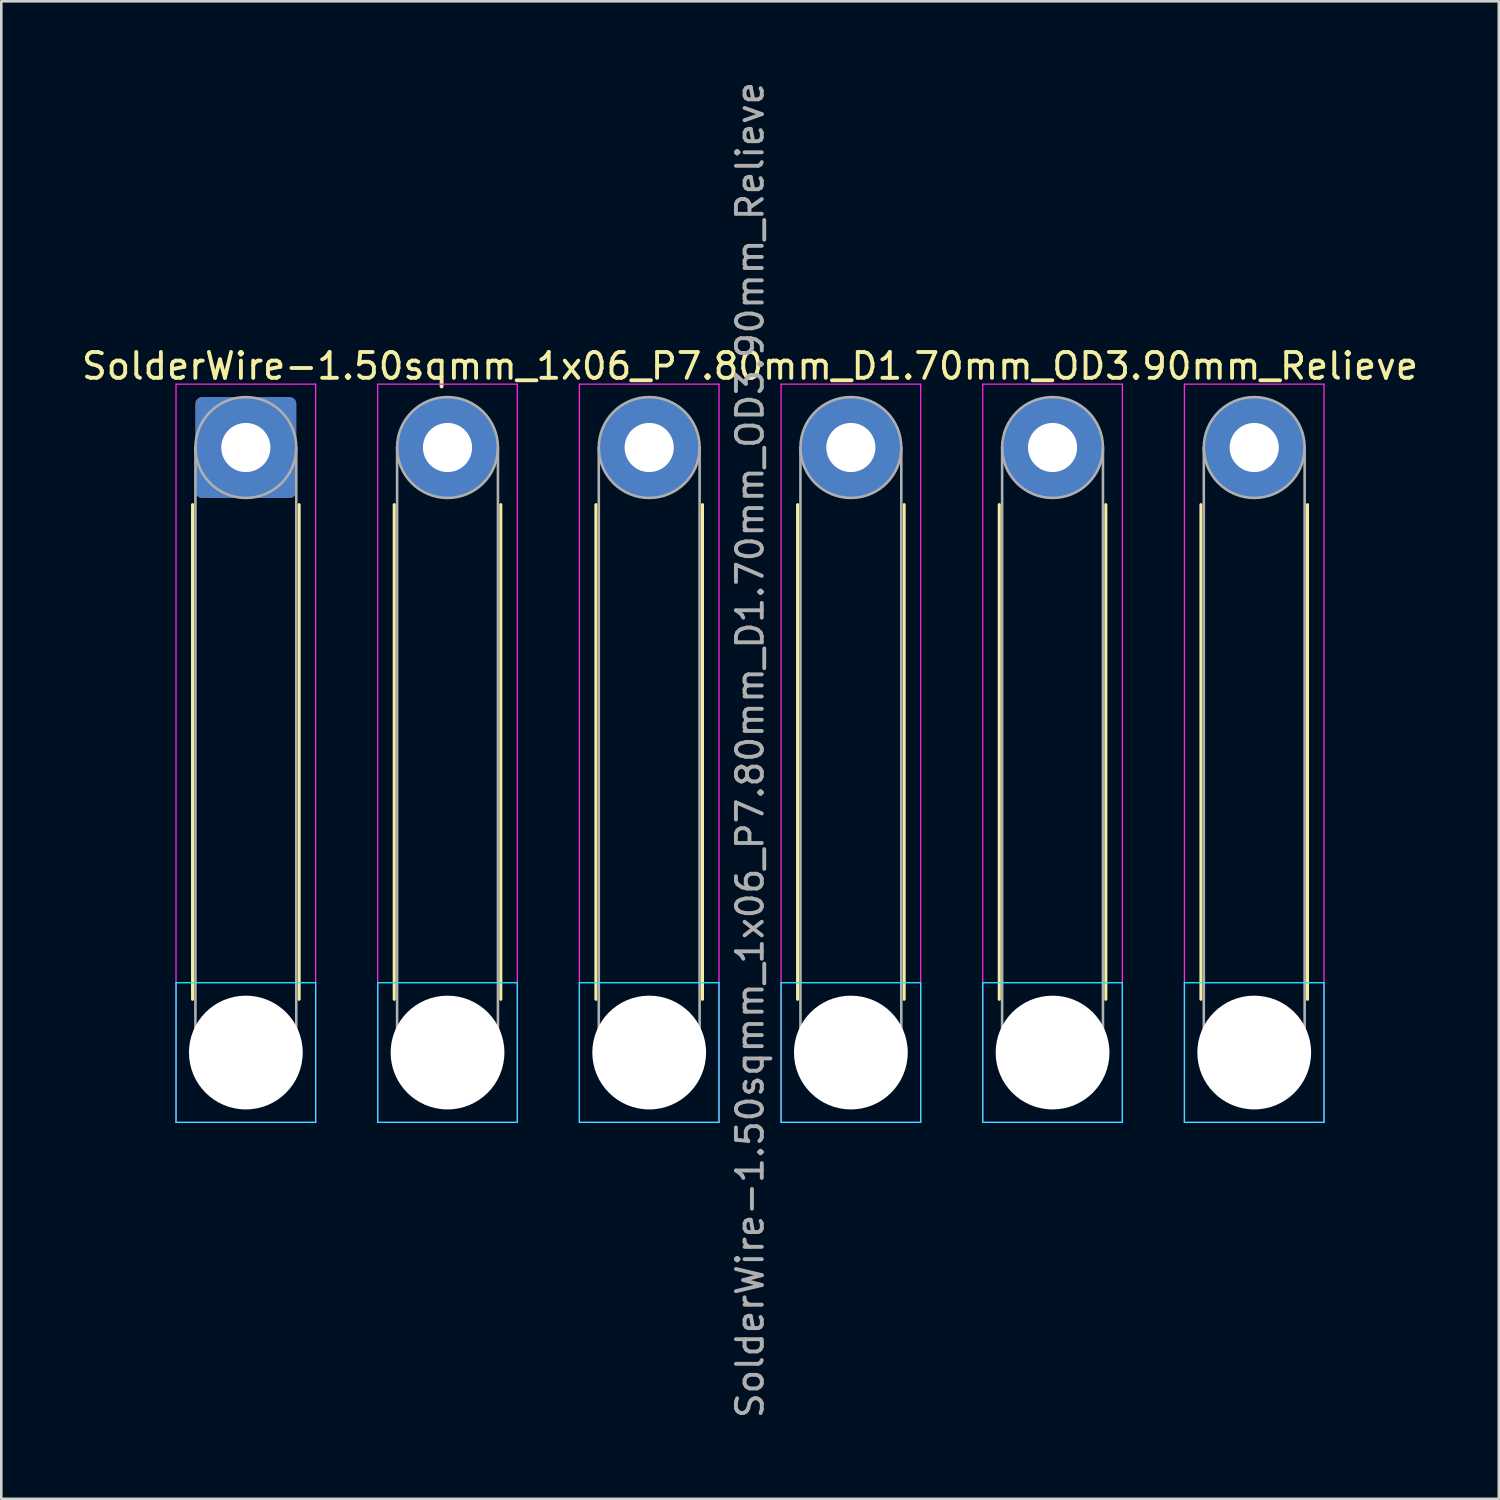
<source format=kicad_pcb>
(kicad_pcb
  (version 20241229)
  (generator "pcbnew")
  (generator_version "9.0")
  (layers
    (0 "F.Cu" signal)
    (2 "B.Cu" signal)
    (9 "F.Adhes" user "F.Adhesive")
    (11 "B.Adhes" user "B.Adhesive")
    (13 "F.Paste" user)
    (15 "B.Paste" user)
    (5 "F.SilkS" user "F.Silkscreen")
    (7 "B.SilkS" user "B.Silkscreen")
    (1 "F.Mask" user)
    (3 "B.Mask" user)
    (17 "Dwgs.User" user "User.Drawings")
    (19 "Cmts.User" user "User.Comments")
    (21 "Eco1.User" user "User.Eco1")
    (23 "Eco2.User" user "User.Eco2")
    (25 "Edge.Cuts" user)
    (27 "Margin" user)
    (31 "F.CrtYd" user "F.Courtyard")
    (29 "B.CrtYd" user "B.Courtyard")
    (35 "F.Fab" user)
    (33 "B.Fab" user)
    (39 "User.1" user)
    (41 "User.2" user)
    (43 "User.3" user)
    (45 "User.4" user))
  (footprint "SolderWire-1.50sqmm_1x06_P7.80mm_D1.70mm_OD3.90mm_Relieve"
    (layer "F.Cu")
    (at 6.458 14.258)
    (property "Reference" "SolderWire-1.50sqmm_1x06_P7.80mm_D1.70mm_OD3.90mm_Relieve" (at 19.5 -3.15 0) (layer "F.SilkS") (effects (font (size 1 1) (thickness 0.15))))
    (attr exclude_from_pos_files exclude_from_bom)
    (fp_line (start -2.06 2.21) (end -2.06 21.34) (stroke (width 0.12) (type solid)) (layer "F.SilkS"))
    (fp_line (start 2.06 2.21) (end 2.06 21.34) (stroke (width 0.12) (type solid)) (layer "F.SilkS"))
    (fp_line (start 5.74 2.21) (end 5.74 21.34) (stroke (width 0.12) (type solid)) (layer "F.SilkS"))
    (fp_line (start 9.86 2.21) (end 9.86 21.34) (stroke (width 0.12) (type solid)) (layer "F.SilkS"))
    (fp_line (start 13.54 2.21) (end 13.54 21.34) (stroke (width 0.12) (type solid)) (layer "F.SilkS"))
    (fp_line (start 17.66 2.21) (end 17.66 21.34) (stroke (width 0.12) (type solid)) (layer "F.SilkS"))
    (fp_line (start 21.34 2.21) (end 21.34 21.34) (stroke (width 0.12) (type solid)) (layer "F.SilkS"))
    (fp_line (start 25.46 2.21) (end 25.46 21.34) (stroke (width 0.12) (type solid)) (layer "F.SilkS"))
    (fp_line (start 29.14 2.21) (end 29.14 21.34) (stroke (width 0.12) (type solid)) (layer "F.SilkS"))
    (fp_line (start 33.26 2.21) (end 33.26 21.34) (stroke (width 0.12) (type solid)) (layer "F.SilkS"))
    (fp_line (start 36.94 2.21) (end 36.94 21.34) (stroke (width 0.12) (type solid)) (layer "F.SilkS"))
    (fp_line (start 41.06 2.21) (end 41.06 21.34) (stroke (width 0.12) (type solid)) (layer "F.SilkS"))
    (fp_line (start -2.7 20.7) (end -2.7 26.1) (stroke (width 0.05) (type solid)) (layer "B.CrtYd"))
    (fp_line (start -2.7 26.1) (end 2.7 26.1) (stroke (width 0.05) (type solid)) (layer "B.CrtYd"))
    (fp_line (start 2.7 20.7) (end -2.7 20.7) (stroke (width 0.05) (type solid)) (layer "B.CrtYd"))
    (fp_line (start 2.7 26.1) (end 2.7 20.7) (stroke (width 0.05) (type solid)) (layer "B.CrtYd"))
    (fp_line (start 5.1 20.7) (end 5.1 26.1) (stroke (width 0.05) (type solid)) (layer "B.CrtYd"))
    (fp_line (start 5.1 26.1) (end 10.5 26.1) (stroke (width 0.05) (type solid)) (layer "B.CrtYd"))
    (fp_line (start 10.5 20.7) (end 5.1 20.7) (stroke (width 0.05) (type solid)) (layer "B.CrtYd"))
    (fp_line (start 10.5 26.1) (end 10.5 20.7) (stroke (width 0.05) (type solid)) (layer "B.CrtYd"))
    (fp_line (start 12.9 20.7) (end 12.9 26.1) (stroke (width 0.05) (type solid)) (layer "B.CrtYd"))
    (fp_line (start 12.9 26.1) (end 18.3 26.1) (stroke (width 0.05) (type solid)) (layer "B.CrtYd"))
    (fp_line (start 18.3 20.7) (end 12.9 20.7) (stroke (width 0.05) (type solid)) (layer "B.CrtYd"))
    (fp_line (start 18.3 26.1) (end 18.3 20.7) (stroke (width 0.05) (type solid)) (layer "B.CrtYd"))
    (fp_line (start 20.7 20.7) (end 20.7 26.1) (stroke (width 0.05) (type solid)) (layer "B.CrtYd"))
    (fp_line (start 20.7 26.1) (end 26.1 26.1) (stroke (width 0.05) (type solid)) (layer "B.CrtYd"))
    (fp_line (start 26.1 20.7) (end 20.7 20.7) (stroke (width 0.05) (type solid)) (layer "B.CrtYd"))
    (fp_line (start 26.1 26.1) (end 26.1 20.7) (stroke (width 0.05) (type solid)) (layer "B.CrtYd"))
    (fp_line (start 28.5 20.7) (end 28.5 26.1) (stroke (width 0.05) (type solid)) (layer "B.CrtYd"))
    (fp_line (start 28.5 26.1) (end 33.9 26.1) (stroke (width 0.05) (type solid)) (layer "B.CrtYd"))
    (fp_line (start 33.9 20.7) (end 28.5 20.7) (stroke (width 0.05) (type solid)) (layer "B.CrtYd"))
    (fp_line (start 33.9 26.1) (end 33.9 20.7) (stroke (width 0.05) (type solid)) (layer "B.CrtYd"))
    (fp_line (start 36.3 20.7) (end 36.3 26.1) (stroke (width 0.05) (type solid)) (layer "B.CrtYd"))
    (fp_line (start 36.3 26.1) (end 41.7 26.1) (stroke (width 0.05) (type solid)) (layer "B.CrtYd"))
    (fp_line (start 41.7 20.7) (end 36.3 20.7) (stroke (width 0.05) (type solid)) (layer "B.CrtYd"))
    (fp_line (start 41.7 26.1) (end 41.7 20.7) (stroke (width 0.05) (type solid)) (layer "B.CrtYd"))
    (fp_line (start -2.7 -2.45) (end -2.7 26.1) (stroke (width 0.05) (type solid)) (layer "F.CrtYd"))
    (fp_line (start -2.7 26.1) (end 2.7 26.1) (stroke (width 0.05) (type solid)) (layer "F.CrtYd"))
    (fp_line (start 2.7 -2.45) (end -2.7 -2.45) (stroke (width 0.05) (type solid)) (layer "F.CrtYd"))
    (fp_line (start 2.7 26.1) (end 2.7 -2.45) (stroke (width 0.05) (type solid)) (layer "F.CrtYd"))
    (fp_line (start 5.1 -2.45) (end 5.1 26.1) (stroke (width 0.05) (type solid)) (layer "F.CrtYd"))
    (fp_line (start 5.1 26.1) (end 10.5 26.1) (stroke (width 0.05) (type solid)) (layer "F.CrtYd"))
    (fp_line (start 10.5 -2.45) (end 5.1 -2.45) (stroke (width 0.05) (type solid)) (layer "F.CrtYd"))
    (fp_line (start 10.5 26.1) (end 10.5 -2.45) (stroke (width 0.05) (type solid)) (layer "F.CrtYd"))
    (fp_line (start 12.9 -2.45) (end 12.9 26.1) (stroke (width 0.05) (type solid)) (layer "F.CrtYd"))
    (fp_line (start 12.9 26.1) (end 18.3 26.1) (stroke (width 0.05) (type solid)) (layer "F.CrtYd"))
    (fp_line (start 18.3 -2.45) (end 12.9 -2.45) (stroke (width 0.05) (type solid)) (layer "F.CrtYd"))
    (fp_line (start 18.3 26.1) (end 18.3 -2.45) (stroke (width 0.05) (type solid)) (layer "F.CrtYd"))
    (fp_line (start 20.7 -2.45) (end 20.7 26.1) (stroke (width 0.05) (type solid)) (layer "F.CrtYd"))
    (fp_line (start 20.7 26.1) (end 26.1 26.1) (stroke (width 0.05) (type solid)) (layer "F.CrtYd"))
    (fp_line (start 26.1 -2.45) (end 20.7 -2.45) (stroke (width 0.05) (type solid)) (layer "F.CrtYd"))
    (fp_line (start 26.1 26.1) (end 26.1 -2.45) (stroke (width 0.05) (type solid)) (layer "F.CrtYd"))
    (fp_line (start 28.5 -2.45) (end 28.5 26.1) (stroke (width 0.05) (type solid)) (layer "F.CrtYd"))
    (fp_line (start 28.5 26.1) (end 33.9 26.1) (stroke (width 0.05) (type solid)) (layer "F.CrtYd"))
    (fp_line (start 33.9 -2.45) (end 28.5 -2.45) (stroke (width 0.05) (type solid)) (layer "F.CrtYd"))
    (fp_line (start 33.9 26.1) (end 33.9 -2.45) (stroke (width 0.05) (type solid)) (layer "F.CrtYd"))
    (fp_line (start 36.3 -2.45) (end 36.3 26.1) (stroke (width 0.05) (type solid)) (layer "F.CrtYd"))
    (fp_line (start 36.3 26.1) (end 41.7 26.1) (stroke (width 0.05) (type solid)) (layer "F.CrtYd"))
    (fp_line (start 41.7 -2.45) (end 36.3 -2.45) (stroke (width 0.05) (type solid)) (layer "F.CrtYd"))
    (fp_line (start 41.7 26.1) (end 41.7 -2.45) (stroke (width 0.05) (type solid)) (layer "F.CrtYd"))
    (fp_line (start -1.95 0) (end -1.95 23.4) (stroke (width 0.1) (type solid)) (layer "F.Fab"))
    (fp_line (start 1.95 0) (end 1.95 23.4) (stroke (width 0.1) (type solid)) (layer "F.Fab"))
    (fp_line (start 5.85 0) (end 5.85 23.4) (stroke (width 0.1) (type solid)) (layer "F.Fab"))
    (fp_line (start 9.75 0) (end 9.75 23.4) (stroke (width 0.1) (type solid)) (layer "F.Fab"))
    (fp_line (start 13.65 0) (end 13.65 23.4) (stroke (width 0.1) (type solid)) (layer "F.Fab"))
    (fp_line (start 17.55 0) (end 17.55 23.4) (stroke (width 0.1) (type solid)) (layer "F.Fab"))
    (fp_line (start 21.45 0) (end 21.45 23.4) (stroke (width 0.1) (type solid)) (layer "F.Fab"))
    (fp_line (start 25.35 0) (end 25.35 23.4) (stroke (width 0.1) (type solid)) (layer "F.Fab"))
    (fp_line (start 29.25 0) (end 29.25 23.4) (stroke (width 0.1) (type solid)) (layer "F.Fab"))
    (fp_line (start 33.15 0) (end 33.15 23.4) (stroke (width 0.1) (type solid)) (layer "F.Fab"))
    (fp_line (start 37.05 0) (end 37.05 23.4) (stroke (width 0.1) (type solid)) (layer "F.Fab"))
    (fp_line (start 40.95 0) (end 40.95 23.4) (stroke (width 0.1) (type solid)) (layer "F.Fab"))
    (fp_circle (center 0 0) (end 1.95 0) (stroke (width 0.1) (type solid)) (fill no) (layer "F.Fab"))
    (fp_circle (center 0 23.4) (end 1.95 23.4) (stroke (width 0.1) (type solid)) (fill no) (layer "F.Fab"))
    (fp_circle (center 7.8 0) (end 9.75 0) (stroke (width 0.1) (type solid)) (fill no) (layer "F.Fab"))
    (fp_circle (center 7.8 23.4) (end 9.75 23.4) (stroke (width 0.1) (type solid)) (fill no) (layer "F.Fab"))
    (fp_circle (center 15.6 0) (end 17.55 0) (stroke (width 0.1) (type solid)) (fill no) (layer "F.Fab"))
    (fp_circle (center 15.6 23.4) (end 17.55 23.4) (stroke (width 0.1) (type solid)) (fill no) (layer "F.Fab"))
    (fp_circle (center 23.4 0) (end 25.35 0) (stroke (width 0.1) (type solid)) (fill no) (layer "F.Fab"))
    (fp_circle (center 23.4 23.4) (end 25.35 23.4) (stroke (width 0.1) (type solid)) (fill no) (layer "F.Fab"))
    (fp_circle (center 31.2 0) (end 33.15 0) (stroke (width 0.1) (type solid)) (fill no) (layer "F.Fab"))
    (fp_circle (center 31.2 23.4) (end 33.15 23.4) (stroke (width 0.1) (type solid)) (fill no) (layer "F.Fab"))
    (fp_circle (center 39 0) (end 40.95 0) (stroke (width 0.1) (type solid)) (fill no) (layer "F.Fab"))
    (fp_circle (center 39 23.4) (end 40.95 23.4) (stroke (width 0.1) (type solid)) (fill no) (layer "F.Fab"))
    (fp_text user "${REFERENCE}" (at 19.5 11.7 90) (layer "F.Fab") (effects (font (size 1 1) (thickness 0.15))))
    (pad "" np_thru_hole circle (at 0 23.4) (size 4.4 4.4) (drill 4.4) (layers "*.Cu" "*.Mask"))
    (pad "" np_thru_hole circle (at 7.8 23.4) (size 4.4 4.4) (drill 4.4) (layers "*.Cu" "*.Mask"))
    (pad "" np_thru_hole circle (at 15.6 23.4) (size 4.4 4.4) (drill 4.4) (layers "*.Cu" "*.Mask"))
    (pad "" np_thru_hole circle (at 23.4 23.4) (size 4.4 4.4) (drill 4.4) (layers "*.Cu" "*.Mask"))
    (pad "" np_thru_hole circle (at 31.2 23.4) (size 4.4 4.4) (drill 4.4) (layers "*.Cu" "*.Mask"))
    (pad "" np_thru_hole circle (at 39 23.4) (size 4.4 4.4) (drill 4.4) (layers "*.Cu" "*.Mask"))
    (pad "1" thru_hole roundrect (at 0 0) (size 3.9 3.9) (drill 1.9) (layers "*.Cu" "*.Mask") (roundrect_rratio 0.064))
    (pad "2" thru_hole circle (at 7.8 0) (size 3.9 3.9) (drill 1.9) (layers "*.Cu" "*.Mask"))
    (pad "3" thru_hole circle (at 15.6 0) (size 3.9 3.9) (drill 1.9) (layers "*.Cu" "*.Mask"))
    (pad "4" thru_hole circle (at 23.4 0) (size 3.9 3.9) (drill 1.9) (layers "*.Cu" "*.Mask"))
    (pad "5" thru_hole circle (at 31.2 0) (size 3.9 3.9) (drill 1.9) (layers "*.Cu" "*.Mask"))
    (pad "6" thru_hole circle (at 39 0) (size 3.9 3.9) (drill 1.9) (layers "*.Cu" "*.Mask")))
  (gr_rect
    (start -3 -3)
    (end 54.917 54.917)
    (stroke (width 0.1) (type default))
    (fill no)
    (layer "Edge.Cuts")))
</source>
